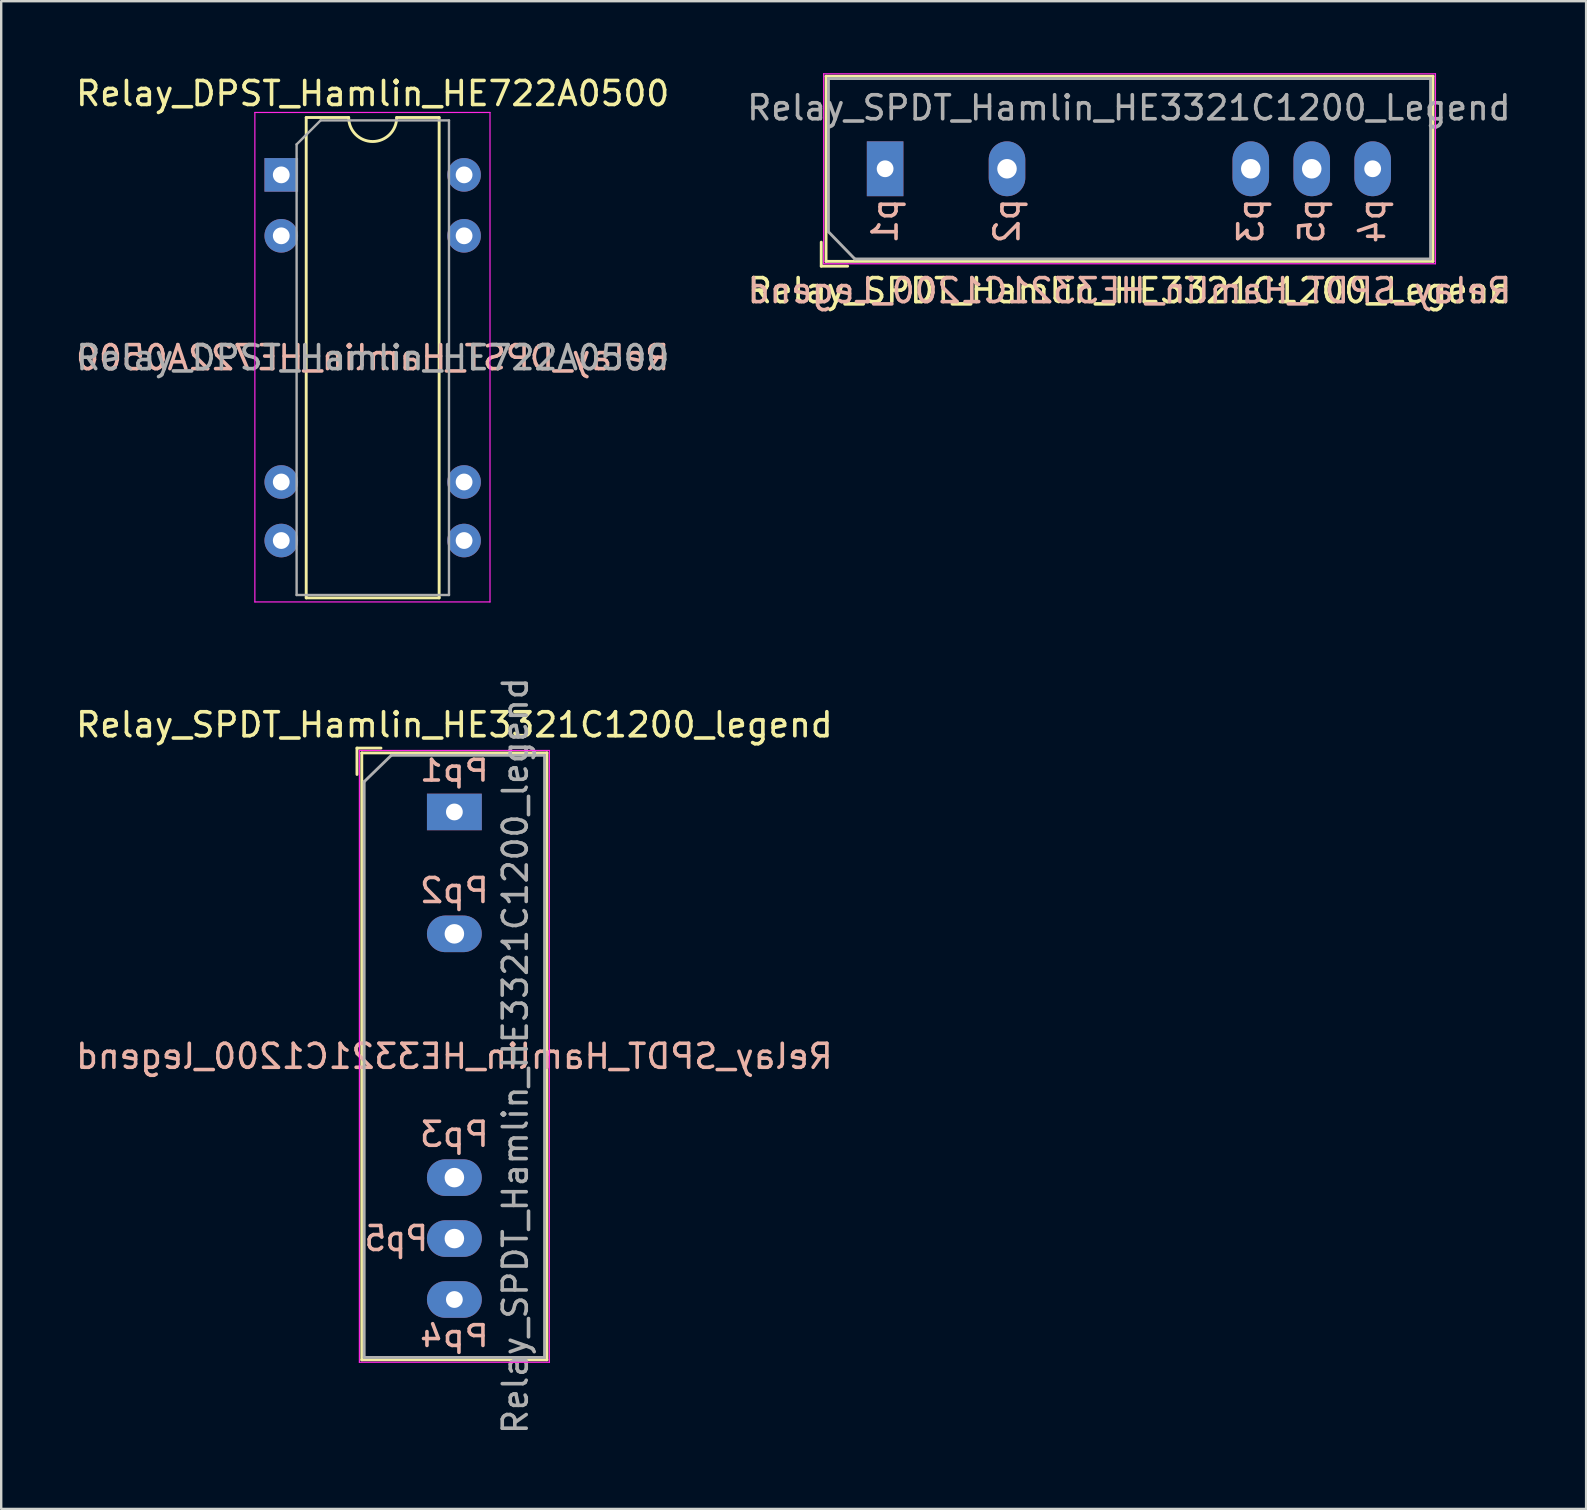
<source format=kicad_pcb>
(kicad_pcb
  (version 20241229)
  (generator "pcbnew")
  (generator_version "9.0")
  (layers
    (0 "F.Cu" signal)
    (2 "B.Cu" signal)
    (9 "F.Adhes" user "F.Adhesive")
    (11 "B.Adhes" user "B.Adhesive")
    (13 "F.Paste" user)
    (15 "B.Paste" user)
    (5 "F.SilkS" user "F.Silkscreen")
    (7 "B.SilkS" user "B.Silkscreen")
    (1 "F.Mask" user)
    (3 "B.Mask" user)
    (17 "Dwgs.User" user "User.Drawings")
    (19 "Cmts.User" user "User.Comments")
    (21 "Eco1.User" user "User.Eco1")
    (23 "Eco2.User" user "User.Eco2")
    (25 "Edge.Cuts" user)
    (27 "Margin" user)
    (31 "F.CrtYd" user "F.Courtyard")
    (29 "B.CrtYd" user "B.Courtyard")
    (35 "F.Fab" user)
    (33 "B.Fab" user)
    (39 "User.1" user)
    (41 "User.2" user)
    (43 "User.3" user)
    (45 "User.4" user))
  (footprint "Relay_SPDT_Hamlin_HE3321C1200_legend"
    (layer "F.Cu")
    (at 15.887 30.79)
    (property "Reference" "Relay_SPDT_Hamlin_HE3321C1200_legend" (at 0 -3.048 0) (layer "F.SilkS") (effects (font (size 1 1) (thickness 0.15)) (justify bottom)))
    (property "BotReference" "${REFERENCE}" (at 0 10.186 0) (layer "B.SilkS") (effects (font (size 1 1) (thickness 0.15)) (justify mirror)))
    (property "p1" "Pp1" (at 0 -1.219 0) (layer "B.SilkS") (effects (font (size 0.864 1) (thickness 0.15)) (justify bottom mirror)))
    (property "p2" "Pp2" (at 0 3.861 0) (layer "B.SilkS") (effects (font (size 1 1) (thickness 0.15)) (justify bottom mirror)))
    (property "p5" "Pp5" (at -1.016 17.78 0) (layer "B.SilkS") (effects (font (size 1 0.914) (thickness 0.15)) (justify left mirror)))
    (property "p3" "Pp3" (at 0 14.021 0) (layer "B.SilkS") (effects (font (size 1 1) (thickness 0.15)) (justify bottom mirror)))
    (property "p4" "Pp4" (at 0 21.336 0) (layer "B.SilkS") (effects (font (size 0.864 1) (thickness 0.15)) (justify top mirror)))
    (attr through_hole)
    (fp_line (start -4.059 -2.662) (end -3.059 -2.662) (stroke (width 0.12) (type solid)) (layer "F.SilkS"))
    (fp_line (start -4.059 -1.562) (end -4.059 -2.662) (stroke (width 0.12) (type solid)) (layer "F.SilkS"))
    (fp_line (start -3.859 -2.462) (end 3.859 -2.462) (stroke (width 0.12) (type solid)) (layer "F.SilkS"))
    (fp_line (start -3.859 22.835) (end -3.859 -2.462) (stroke (width 0.12) (type solid)) (layer "F.SilkS"))
    (fp_line (start 3.859 -2.464) (end 3.859 22.835) (stroke (width 0.12) (type solid)) (layer "F.SilkS"))
    (fp_line (start 3.859 22.835) (end -3.859 22.835) (stroke (width 0.12) (type solid)) (layer "F.SilkS"))
    (fp_line (start -3.959 22.936) (end -3.959 -2.562) (stroke (width 0.05) (type solid)) (layer "F.CrtYd"))
    (fp_line (start -3.959 22.936) (end 3.959 22.936) (stroke (width 0.05) (type solid)) (layer "F.CrtYd"))
    (fp_line (start 3.959 -2.562) (end -3.959 -2.562) (stroke (width 0.05) (type solid)) (layer "F.CrtYd"))
    (fp_line (start 3.959 -2.562) (end 3.959 22.936) (stroke (width 0.05) (type solid)) (layer "F.CrtYd"))
    (fp_line (start -3.759 -1.262) (end -2.626 -2.362) (stroke (width 0.12) (type solid)) (layer "F.Fab"))
    (fp_line (start -3.759 22.733) (end -3.759 -1.262) (stroke (width 0.12) (type solid)) (layer "F.Fab"))
    (fp_line (start -2.626 -2.362) (end 3.759 -2.362) (stroke (width 0.12) (type solid)) (layer "F.Fab"))
    (fp_line (start 3.759 -2.362) (end 3.759 22.733) (stroke (width 0.12) (type solid)) (layer "F.Fab"))
    (fp_line (start 3.759 22.733) (end -3.759 22.733) (stroke (width 0.12) (type solid)) (layer "F.Fab"))
    (fp_text user "${REFERENCE}" (at 2.54 10.16 270) (layer "F.Fab") (effects (font (size 1 1) (thickness 0.15))))
    (pad "1" thru_hole rect (at 0 0 270) (size 1.524 2.286) (drill 0.7) (layers "*.Cu" "*.Mask"))
    (pad "2" thru_hole oval (at 0 5.08 270) (size 1.524 2.286) (drill 0.813) (layers "*.Cu" "*.Mask"))
    (pad "3" thru_hole oval (at 0 15.24 270) (size 1.524 2.286) (drill 0.813) (layers "*.Cu" "*.Mask"))
    (pad "4" thru_hole oval (at 0 20.32 270) (size 1.524 2.286) (drill 0.7) (layers "*.Cu" "*.Mask"))
    (pad "5" thru_hole oval (at 0 17.78 270) (size 1.524 2.286) (drill 0.813) (layers "*.Cu" "*.Mask")))
  (footprint "Relay_DPST_Hamlin_HE722A0500"
    (layer "F.Cu")
    (at 8.672 4.238)
    (property "Reference" "Relay_DPST_Hamlin_HE722A0500" (at 3.81 -3.39 0) (layer "F.SilkS") (effects (font (size 1 1) (thickness 0.15))))
    (property "BotReference" "${REFERENCE}" (at 3.81 7.62 0) (layer "B.SilkS") (effects (font (size 1 1) (thickness 0.15)) (justify mirror)))
    (attr through_hole)
    (fp_line (start 1.04 -2.39) (end 1.04 17.63) (stroke (width 0.12) (type solid)) (layer "F.SilkS"))
    (fp_line (start 1.04 17.63) (end 6.58 17.63) (stroke (width 0.12) (type solid)) (layer "F.SilkS"))
    (fp_line (start 2.81 -2.39) (end 1.04 -2.39) (stroke (width 0.12) (type solid)) (layer "F.SilkS"))
    (fp_line (start 6.58 -2.39) (end 4.81 -2.39) (stroke (width 0.12) (type solid)) (layer "F.SilkS"))
    (fp_line (start 6.58 17.63) (end 6.58 -2.39) (stroke (width 0.12) (type solid)) (layer "F.SilkS"))
    (fp_arc (start 4.81 -2.39) (mid 3.81 -1.39) (end 2.81 -2.39) (stroke (width 0.12) (type solid)) (layer "F.SilkS"))
    (fp_line (start -1.1 -2.6) (end -1.1 17.8) (stroke (width 0.05) (type solid)) (layer "F.CrtYd"))
    (fp_line (start -1.1 17.8) (end 8.7 17.8) (stroke (width 0.05) (type solid)) (layer "F.CrtYd"))
    (fp_line (start 8.7 -2.6) (end -1.1 -2.6) (stroke (width 0.05) (type solid)) (layer "F.CrtYd"))
    (fp_line (start 8.7 17.8) (end 8.7 -2.6) (stroke (width 0.05) (type solid)) (layer "F.CrtYd"))
    (fp_line (start 0.64 -1.27) (end 1.64 -2.27) (stroke (width 0.1) (type solid)) (layer "F.Fab"))
    (fp_line (start 0.64 17.51) (end 0.64 -1.27) (stroke (width 0.1) (type solid)) (layer "F.Fab"))
    (fp_line (start 1.64 -2.27) (end 6.99 -2.27) (stroke (width 0.1) (type solid)) (layer "F.Fab"))
    (fp_line (start 6.99 -2.27) (end 6.99 17.51) (stroke (width 0.1) (type solid)) (layer "F.Fab"))
    (fp_line (start 6.99 17.51) (end 0.64 17.51) (stroke (width 0.1) (type solid)) (layer "F.Fab"))
    (fp_text user "${REFERENCE}" (at 3.815 7.62 0) (layer "F.Fab") (effects (font (size 1 1) (thickness 0.15))))
    (pad "1" thru_hole rect (at 0 0) (size 1.4 1.4) (drill 0.7) (layers "*.Cu" "*.Mask"))
    (pad "2" thru_hole circle (at 0 2.54) (size 1.4 1.4) (drill 0.7) (layers "*.Cu" "*.Mask"))
    (pad "6" thru_hole circle (at 0 12.8) (size 1.4 1.4) (drill 0.7) (layers "*.Cu" "*.Mask"))
    (pad "7" thru_hole circle (at 0 15.24) (size 1.4 1.4) (drill 0.7) (layers "*.Cu" "*.Mask"))
    (pad "8" thru_hole circle (at 7.62 15.24) (size 1.4 1.4) (drill 0.7) (layers "*.Cu" "*.Mask"))
    (pad "9" thru_hole circle (at 7.62 12.8) (size 1.4 1.4) (drill 0.7) (layers "*.Cu" "*.Mask"))
    (pad "13" thru_hole circle (at 7.62 2.54) (size 1.4 1.4) (drill 0.7) (layers "*.Cu" "*.Mask"))
    (pad "14" thru_hole circle (at 7.62 0) (size 1.4 1.4) (drill 0.7) (layers "*.Cu" "*.Mask")))
  (footprint "Relay_SPDT_Hamlin_HE3321C1200_Legend"
    (layer "F.Cu")
    (at 33.839 3.984)
    (property "Reference" "Relay_SPDT_Hamlin_HE3321C1200_Legend" (at 10.185 5.08 0) (layer "F.SilkS") (effects (font (size 1 1) (thickness 0.15))))
    (property "BotReference" "${REFERENCE}" (at 10.186 5.08 180) (layer "B.SilkS") (effects (font (size 1 1) (thickness 0.15)) (justify mirror)))
    (property "p1" "p1" (at 0 1.143 90) (layer "B.SilkS") (effects (font (size 1 1) (thickness 0.15)) (justify left mirror)))
    (property "p2" "p2" (at 5.08 1.143 90) (layer "B.SilkS") (effects (font (size 1 1) (thickness 0.15)) (justify left mirror)))
    (property "p3" "p3" (at 15.24 1.143 90) (layer "B.SilkS") (effects (font (size 1 1) (thickness 0.15)) (justify left mirror)))
    (property "p4" "p4" (at 20.32 1.143 270) (layer "B.SilkS") (effects (font (size 1 1) (thickness 0.15)) (justify left mirror)))
    (property "p5" "p5" (at 17.78 1.143 90) (layer "B.SilkS") (effects (font (size 1 1) (thickness 0.15)) (justify left mirror)))
    (attr through_hole)
    (fp_line (start -2.662 4.059) (end -2.662 3.059) (stroke (width 0.12) (type solid)) (layer "F.SilkS"))
    (fp_line (start -2.464 -3.859) (end 22.835 -3.859) (stroke (width 0.12) (type solid)) (layer "F.SilkS"))
    (fp_line (start -2.462 3.859) (end -2.462 -3.859) (stroke (width 0.12) (type solid)) (layer "F.SilkS"))
    (fp_line (start -1.562 4.059) (end -2.662 4.059) (stroke (width 0.12) (type solid)) (layer "F.SilkS"))
    (fp_line (start 22.835 -3.859) (end 22.835 3.859) (stroke (width 0.12) (type solid)) (layer "F.SilkS"))
    (fp_line (start 22.835 3.859) (end -2.462 3.859) (stroke (width 0.12) (type solid)) (layer "F.SilkS"))
    (fp_line (start -2.562 -3.959) (end -2.562 3.959) (stroke (width 0.05) (type solid)) (layer "F.CrtYd"))
    (fp_line (start -2.562 -3.959) (end 22.936 -3.959) (stroke (width 0.05) (type solid)) (layer "F.CrtYd"))
    (fp_line (start 22.936 3.959) (end -2.562 3.959) (stroke (width 0.05) (type solid)) (layer "F.CrtYd"))
    (fp_line (start 22.936 3.959) (end 22.936 -3.959) (stroke (width 0.05) (type solid)) (layer "F.CrtYd"))
    (fp_line (start -2.362 -3.759) (end 22.733 -3.759) (stroke (width 0.12) (type solid)) (layer "F.Fab"))
    (fp_line (start -2.362 2.626) (end -2.362 -3.759) (stroke (width 0.12) (type solid)) (layer "F.Fab"))
    (fp_line (start -1.262 3.759) (end -2.362 2.626) (stroke (width 0.12) (type solid)) (layer "F.Fab"))
    (fp_line (start 22.733 -3.759) (end 22.733 3.759) (stroke (width 0.12) (type solid)) (layer "F.Fab"))
    (fp_line (start 22.733 3.759) (end -1.262 3.759) (stroke (width 0.12) (type solid)) (layer "F.Fab"))
    (fp_text user "${REFERENCE}" (at 10.16 -2.54 0) (layer "F.Fab") (effects (font (size 1 1) (thickness 0.15))))
    (pad "1" thru_hole rect (at 0 0) (size 1.524 2.286) (drill 0.7) (layers "*.Cu" "*.Mask"))
    (pad "2" thru_hole oval (at 5.08 0) (size 1.524 2.286) (drill 0.813) (layers "*.Cu" "*.Mask"))
    (pad "3" thru_hole oval (at 15.24 0) (size 1.524 2.286) (drill 0.813) (layers "*.Cu" "*.Mask"))
    (pad "4" thru_hole oval (at 20.32 0) (size 1.524 2.286) (drill 0.7) (layers "*.Cu" "*.Mask"))
    (pad "5" thru_hole oval (at 17.78 0) (size 1.524 2.286) (drill 0.813) (layers "*.Cu" "*.Mask")))
  (gr_rect
    (start -3 -3)
    (end 63.055 59.837)
    (stroke (width 0.1) (type default))
    (fill no)
    (layer "Edge.Cuts")))
</source>
